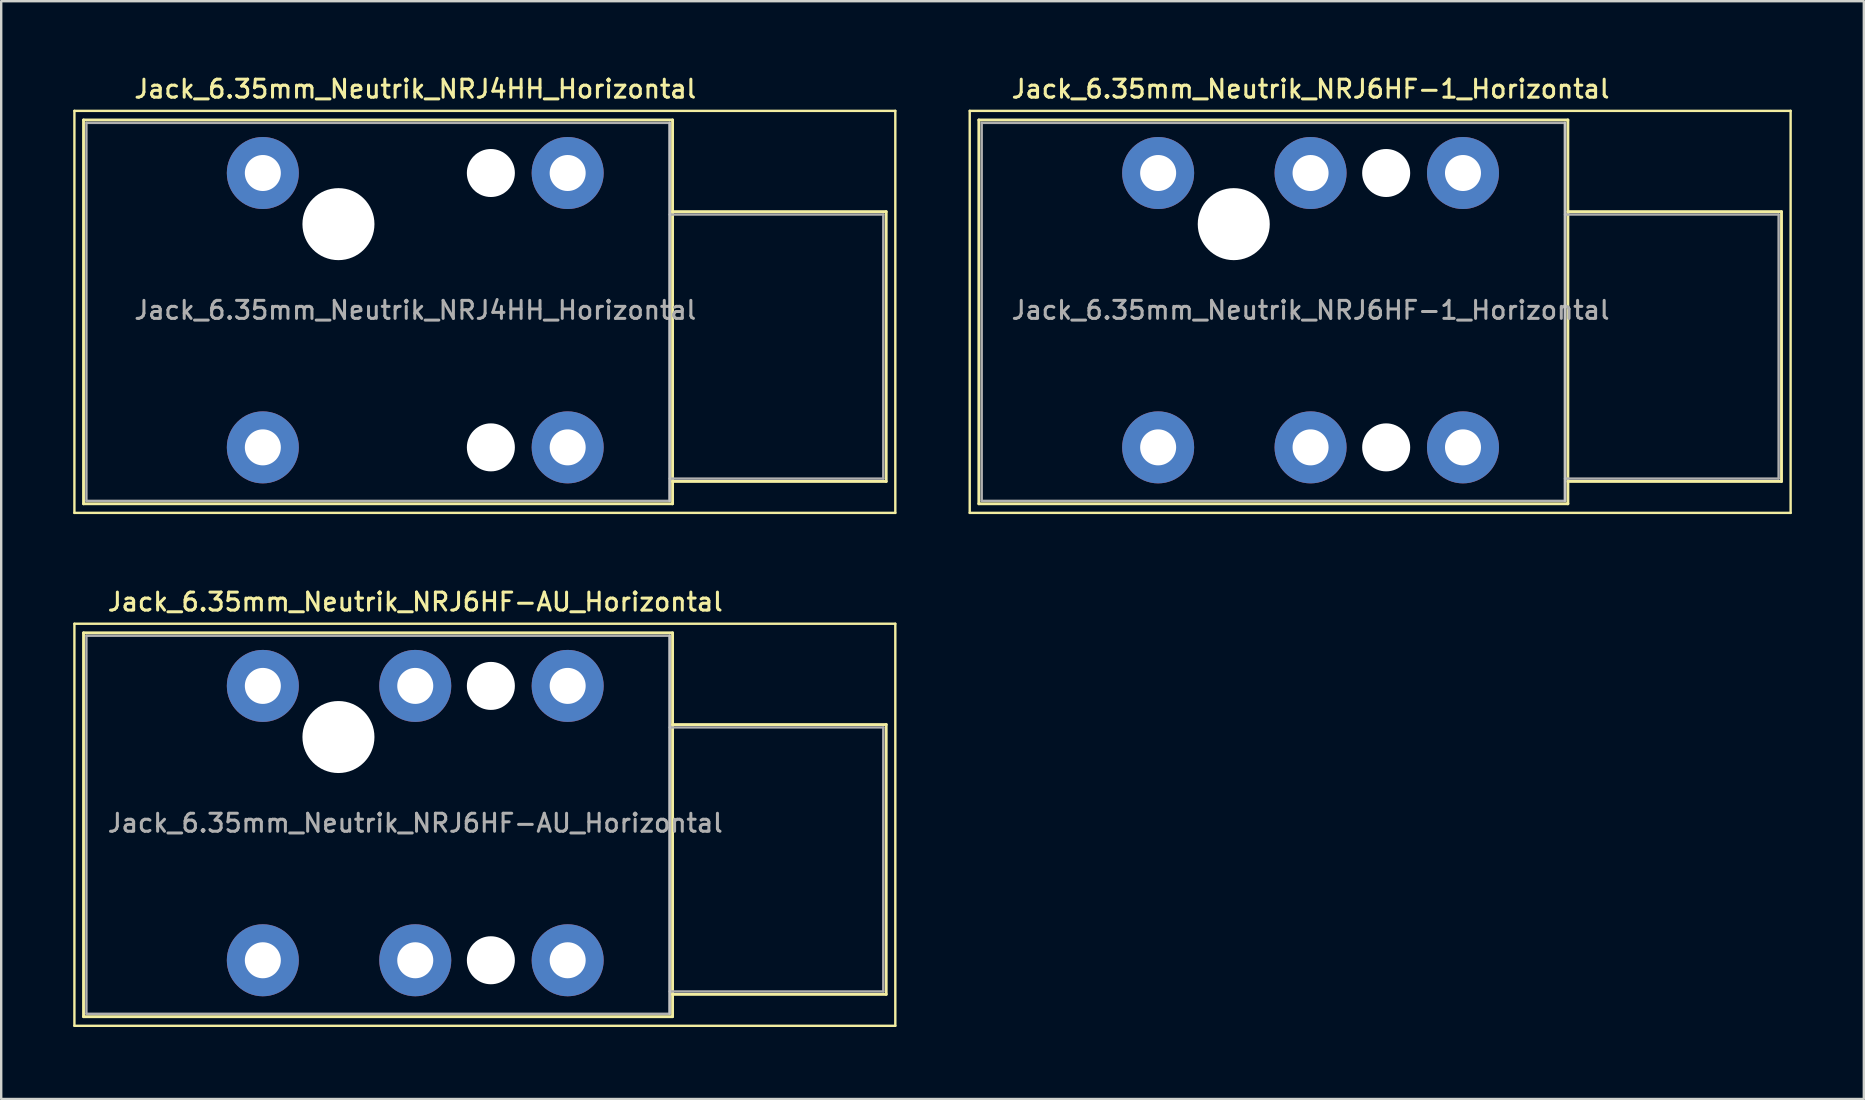
<source format=kicad_pcb>
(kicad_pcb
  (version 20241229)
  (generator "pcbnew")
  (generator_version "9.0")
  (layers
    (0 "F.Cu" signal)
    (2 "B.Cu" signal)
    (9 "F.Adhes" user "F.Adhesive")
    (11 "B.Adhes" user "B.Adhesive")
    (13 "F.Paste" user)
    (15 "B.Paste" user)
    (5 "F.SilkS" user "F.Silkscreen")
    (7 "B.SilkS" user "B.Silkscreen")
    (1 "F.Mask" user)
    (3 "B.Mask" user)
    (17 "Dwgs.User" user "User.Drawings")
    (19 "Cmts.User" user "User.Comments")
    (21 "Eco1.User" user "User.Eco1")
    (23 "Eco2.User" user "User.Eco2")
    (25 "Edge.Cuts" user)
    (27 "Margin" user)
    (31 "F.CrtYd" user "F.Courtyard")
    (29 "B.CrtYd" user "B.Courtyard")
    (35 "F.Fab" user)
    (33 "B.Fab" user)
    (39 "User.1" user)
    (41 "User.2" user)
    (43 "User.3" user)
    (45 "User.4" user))
  (footprint "Jack_6.35mm_Neutrik_NRJ4HH_Horizontal"
    (layer "F.Cu")
    (at 7.9 4.158)
    (property "Reference" "Jack_6.35mm_Neutrik_NRJ4HH_Horizontal" (at 6.35 -3.5 0) (layer "F.SilkS") (effects (font (size 0.75 0.75) (thickness 0.125))))
    (attr through_hole)
    (fp_line (start -7.85 14.16) (end -7.85 -2.59) (stroke (width 0.1) (type solid)) (layer "F.SilkS"))
    (fp_line (start -7.85 14.16) (end 26.35 14.16) (stroke (width 0.1) (type solid)) (layer "F.SilkS"))
    (fp_line (start -7.47 -2.21) (end 17.07 -2.21) (stroke (width 0.12) (type solid)) (layer "F.SilkS"))
    (fp_line (start -7.47 13.78) (end -7.47 -2.21) (stroke (width 0.12) (type solid)) (layer "F.SilkS"))
    (fp_line (start -7.47 13.78) (end 17.07 13.78) (stroke (width 0.12) (type solid)) (layer "F.SilkS"))
    (fp_line (start 17.07 -2.21) (end 17.07 13.78) (stroke (width 0.12) (type solid)) (layer "F.SilkS"))
    (fp_line (start 25.97 1.61) (end 17.07 1.61) (stroke (width 0.12) (type solid)) (layer "F.SilkS"))
    (fp_line (start 25.97 12.85) (end 17.07 12.85) (stroke (width 0.12) (type solid)) (layer "F.SilkS"))
    (fp_line (start 25.97 12.85) (end 25.97 1.61) (stroke (width 0.12) (type solid)) (layer "F.SilkS"))
    (fp_line (start 26.35 -2.59) (end -7.85 -2.59) (stroke (width 0.1) (type solid)) (layer "F.SilkS"))
    (fp_line (start 26.35 14.16) (end 26.35 -2.59) (stroke (width 0.1) (type solid)) (layer "F.SilkS"))
    (fp_line (start 16.95 -2.09) (end 16.95 13.66) (stroke (width 0.1) (type solid)) (layer "Dwgs.User"))
    (fp_line (start -7.35 -2.09) (end 16.95 -2.09) (stroke (width 0.1) (type solid)) (layer "F.Fab"))
    (fp_line (start -7.35 13.66) (end -7.35 -2.09) (stroke (width 0.1) (type solid)) (layer "F.Fab"))
    (fp_line (start 16.95 -2.09) (end 16.95 13.66) (stroke (width 0.1) (type solid)) (layer "F.Fab"))
    (fp_line (start 16.95 12.73) (end 25.85 12.73) (stroke (width 0.1) (type solid)) (layer "F.Fab"))
    (fp_line (start 16.95 13.66) (end -7.35 13.66) (stroke (width 0.1) (type solid)) (layer "F.Fab"))
    (fp_line (start 25.85 1.73) (end 16.95 1.73) (stroke (width 0.1) (type solid)) (layer "F.Fab"))
    (fp_line (start 25.85 12.73) (end 25.85 1.73) (stroke (width 0.1) (type solid)) (layer "F.Fab"))
    (fp_text user "${REFERENCE}" (at 6.35 5.715 0) (layer "F.Fab") (effects (font (size 0.75 0.75) (thickness 0.125))))
    (pad "" np_thru_hole circle (at 3.15 2.13) (size 3 3) (drill 3) (layers "*.Cu" "*.Mask"))
    (pad "" np_thru_hole circle (at 9.5 0) (size 2 2) (drill 2) (layers "*.Cu" "*.Mask"))
    (pad "" np_thru_hole circle (at 9.5 11.43) (size 2 2) (drill 2) (layers "*.Cu" "*.Mask"))
    (pad "S" thru_hole circle (at 12.7 0) (size 3 3) (drill 1.5) (layers "*.Cu" "*.Mask"))
    (pad "SN" thru_hole circle (at 12.7 11.43) (size 3 3) (drill 1.5) (layers "*.Cu" "*.Mask"))
    (pad "T" thru_hole circle (at 0 0) (size 3 3) (drill 1.5) (layers "*.Cu" "*.Mask"))
    (pad "TN" thru_hole circle (at 0 11.43) (size 3 3) (drill 1.5) (layers "*.Cu" "*.Mask")))
  (footprint "Jack_6.35mm_Neutrik_NRJ6HF-1_Horizontal"
    (layer "F.Cu")
    (at 45.2 4.158)
    (property "Reference" "Jack_6.35mm_Neutrik_NRJ6HF-1_Horizontal" (at 6.35 -3.5 0) (layer "F.SilkS") (effects (font (size 0.75 0.75) (thickness 0.125))))
    (attr through_hole)
    (fp_line (start -7.85 14.16) (end -7.85 -2.59) (stroke (width 0.1) (type solid)) (layer "F.SilkS"))
    (fp_line (start -7.85 14.16) (end 26.35 14.16) (stroke (width 0.1) (type solid)) (layer "F.SilkS"))
    (fp_line (start -7.47 -2.21) (end 17.07 -2.21) (stroke (width 0.12) (type solid)) (layer "F.SilkS"))
    (fp_line (start -7.47 13.78) (end -7.47 -2.21) (stroke (width 0.12) (type solid)) (layer "F.SilkS"))
    (fp_line (start -7.47 13.78) (end 17.07 13.78) (stroke (width 0.12) (type solid)) (layer "F.SilkS"))
    (fp_line (start 17.07 -2.21) (end 17.07 13.78) (stroke (width 0.12) (type solid)) (layer "F.SilkS"))
    (fp_line (start 25.97 1.61) (end 17.07 1.61) (stroke (width 0.12) (type solid)) (layer "F.SilkS"))
    (fp_line (start 25.97 12.85) (end 17.07 12.85) (stroke (width 0.12) (type solid)) (layer "F.SilkS"))
    (fp_line (start 25.97 12.85) (end 25.97 1.61) (stroke (width 0.12) (type solid)) (layer "F.SilkS"))
    (fp_line (start 26.35 -2.59) (end -7.85 -2.59) (stroke (width 0.1) (type solid)) (layer "F.SilkS"))
    (fp_line (start 26.35 14.16) (end 26.35 -2.59) (stroke (width 0.1) (type solid)) (layer "F.SilkS"))
    (fp_line (start 16.95 -2.09) (end 16.95 13.66) (stroke (width 0.1) (type solid)) (layer "Dwgs.User"))
    (fp_line (start -7.35 -2.09) (end 16.95 -2.09) (stroke (width 0.1) (type solid)) (layer "F.Fab"))
    (fp_line (start -7.35 13.66) (end -7.35 -2.09) (stroke (width 0.1) (type solid)) (layer "F.Fab"))
    (fp_line (start 16.95 -2.09) (end 16.95 13.66) (stroke (width 0.1) (type solid)) (layer "F.Fab"))
    (fp_line (start 16.95 12.73) (end 25.85 12.73) (stroke (width 0.1) (type solid)) (layer "F.Fab"))
    (fp_line (start 16.95 13.66) (end -7.35 13.66) (stroke (width 0.1) (type solid)) (layer "F.Fab"))
    (fp_line (start 25.85 1.73) (end 16.95 1.73) (stroke (width 0.1) (type solid)) (layer "F.Fab"))
    (fp_line (start 25.85 12.73) (end 25.85 1.73) (stroke (width 0.1) (type solid)) (layer "F.Fab"))
    (fp_text user "${REFERENCE}" (at 6.35 5.715 0) (layer "F.Fab") (effects (font (size 0.75 0.75) (thickness 0.125))))
    (pad "" np_thru_hole circle (at 3.15 2.13) (size 3 3) (drill 3) (layers "*.Cu" "*.Mask"))
    (pad "" np_thru_hole circle (at 9.5 0) (size 2 2) (drill 2) (layers "*.Cu" "*.Mask"))
    (pad "" np_thru_hole circle (at 9.5 11.43) (size 2 2) (drill 2) (layers "*.Cu" "*.Mask"))
    (pad "G" thru_hole circle (at 12.7 11.43) (size 3 3) (drill 1.5) (layers "*.Cu" "*.Mask"))
    (pad "R" thru_hole circle (at 6.35 0) (size 3 3) (drill 1.5) (layers "*.Cu" "*.Mask"))
    (pad "RN" thru_hole circle (at 6.35 11.43) (size 3 3) (drill 1.5) (layers "*.Cu" "*.Mask"))
    (pad "S" thru_hole circle (at 12.7 0) (size 3 3) (drill 1.5) (layers "*.Cu" "*.Mask"))
    (pad "T" thru_hole circle (at 0 0) (size 3 3) (drill 1.5) (layers "*.Cu" "*.Mask"))
    (pad "TN" thru_hole circle (at 0 11.43) (size 3 3) (drill 1.5) (layers "*.Cu" "*.Mask")))
  (footprint "Jack_6.35mm_Neutrik_NRJ6HF-AU_Horizontal"
    (layer "F.Cu")
    (at 7.9 25.526)
    (property "Reference" "Jack_6.35mm_Neutrik_NRJ6HF-AU_Horizontal" (at 6.35 -3.5 0) (layer "F.SilkS") (effects (font (size 0.75 0.75) (thickness 0.125))))
    (attr through_hole)
    (fp_line (start -7.85 14.16) (end -7.85 -2.59) (stroke (width 0.1) (type solid)) (layer "F.SilkS"))
    (fp_line (start -7.85 14.16) (end 26.35 14.16) (stroke (width 0.1) (type solid)) (layer "F.SilkS"))
    (fp_line (start -7.47 -2.21) (end 17.07 -2.21) (stroke (width 0.12) (type solid)) (layer "F.SilkS"))
    (fp_line (start -7.47 13.78) (end -7.47 -2.21) (stroke (width 0.12) (type solid)) (layer "F.SilkS"))
    (fp_line (start -7.47 13.78) (end 17.07 13.78) (stroke (width 0.12) (type solid)) (layer "F.SilkS"))
    (fp_line (start 17.07 -2.21) (end 17.07 13.78) (stroke (width 0.12) (type solid)) (layer "F.SilkS"))
    (fp_line (start 25.97 1.61) (end 17.07 1.61) (stroke (width 0.12) (type solid)) (layer "F.SilkS"))
    (fp_line (start 25.97 12.85) (end 17.07 12.85) (stroke (width 0.12) (type solid)) (layer "F.SilkS"))
    (fp_line (start 25.97 12.85) (end 25.97 1.61) (stroke (width 0.12) (type solid)) (layer "F.SilkS"))
    (fp_line (start 26.35 -2.59) (end -7.85 -2.59) (stroke (width 0.1) (type solid)) (layer "F.SilkS"))
    (fp_line (start 26.35 14.16) (end 26.35 -2.59) (stroke (width 0.1) (type solid)) (layer "F.SilkS"))
    (fp_line (start 16.95 -2.09) (end 16.95 13.66) (stroke (width 0.1) (type solid)) (layer "Dwgs.User"))
    (fp_line (start -7.35 -2.09) (end 16.95 -2.09) (stroke (width 0.1) (type solid)) (layer "F.Fab"))
    (fp_line (start -7.35 13.66) (end -7.35 -2.09) (stroke (width 0.1) (type solid)) (layer "F.Fab"))
    (fp_line (start 16.95 -2.09) (end 16.95 13.66) (stroke (width 0.1) (type solid)) (layer "F.Fab"))
    (fp_line (start 16.95 12.73) (end 25.85 12.73) (stroke (width 0.1) (type solid)) (layer "F.Fab"))
    (fp_line (start 16.95 13.66) (end -7.35 13.66) (stroke (width 0.1) (type solid)) (layer "F.Fab"))
    (fp_line (start 25.85 1.73) (end 16.95 1.73) (stroke (width 0.1) (type solid)) (layer "F.Fab"))
    (fp_line (start 25.85 12.73) (end 25.85 1.73) (stroke (width 0.1) (type solid)) (layer "F.Fab"))
    (fp_text user "${REFERENCE}" (at 6.35 5.715 0) (layer "F.Fab") (effects (font (size 0.75 0.75) (thickness 0.125))))
    (pad "" np_thru_hole circle (at 3.15 2.13) (size 3 3) (drill 3) (layers "*.Cu" "*.Mask"))
    (pad "" np_thru_hole circle (at 9.5 0) (size 2 2) (drill 2) (layers "*.Cu" "*.Mask"))
    (pad "" np_thru_hole circle (at 9.5 11.43) (size 2 2) (drill 2) (layers "*.Cu" "*.Mask"))
    (pad "R" thru_hole circle (at 6.35 0) (size 3 3) (drill 1.5) (layers "*.Cu" "*.Mask"))
    (pad "RN" thru_hole circle (at 6.35 11.43) (size 3 3) (drill 1.5) (layers "*.Cu" "*.Mask"))
    (pad "S" thru_hole circle (at 12.7 0) (size 3 3) (drill 1.5) (layers "*.Cu" "*.Mask"))
    (pad "SN" thru_hole circle (at 12.7 11.43) (size 3 3) (drill 1.5) (layers "*.Cu" "*.Mask"))
    (pad "T" thru_hole circle (at 0 0) (size 3 3) (drill 1.5) (layers "*.Cu" "*.Mask"))
    (pad "TN" thru_hole circle (at 0 11.43) (size 3 3) (drill 1.5) (layers "*.Cu" "*.Mask")))
  (gr_rect
    (start -3 -3)
    (end 74.6 42.736)
    (stroke (width 0.1) (type default))
    (fill no)
    (layer "Edge.Cuts")))
</source>
